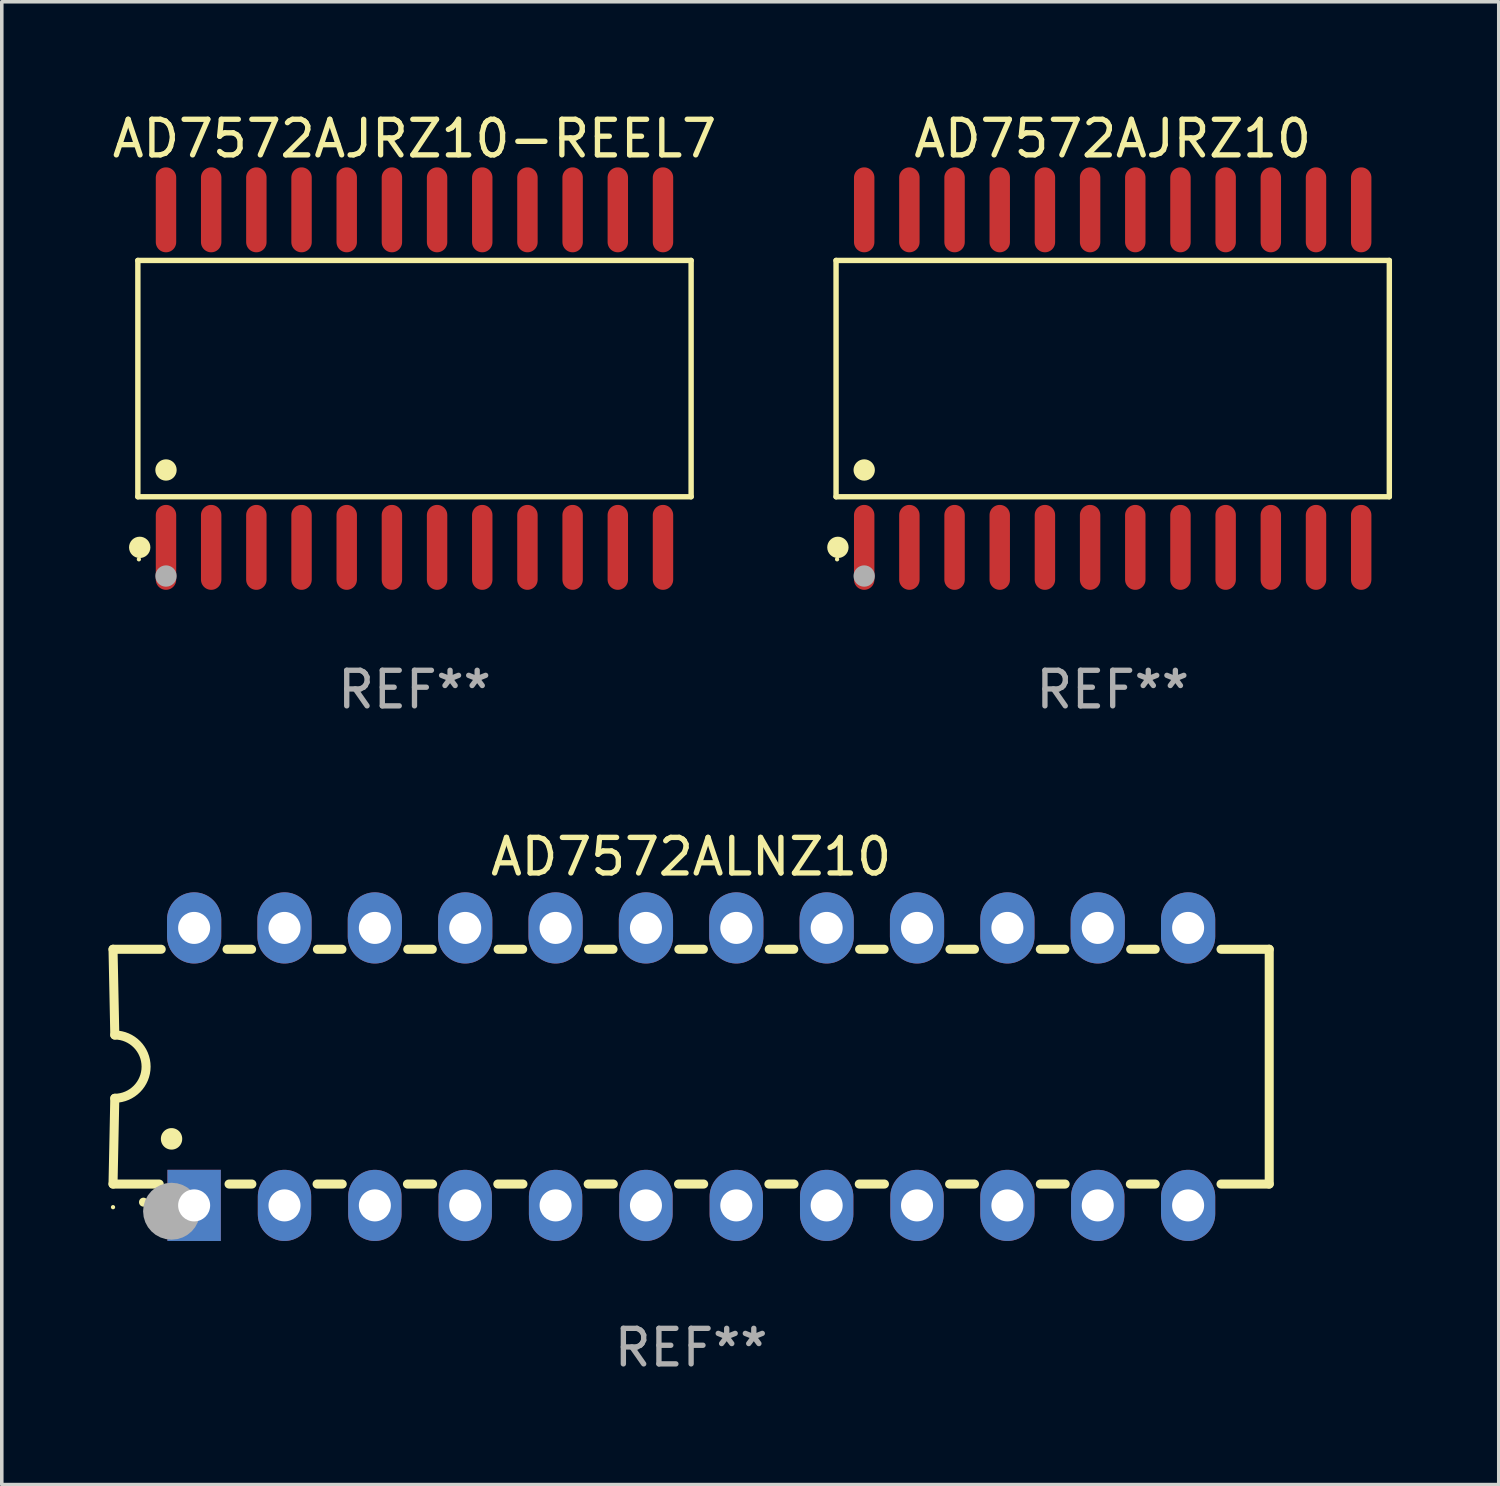
<source format=kicad_pcb>
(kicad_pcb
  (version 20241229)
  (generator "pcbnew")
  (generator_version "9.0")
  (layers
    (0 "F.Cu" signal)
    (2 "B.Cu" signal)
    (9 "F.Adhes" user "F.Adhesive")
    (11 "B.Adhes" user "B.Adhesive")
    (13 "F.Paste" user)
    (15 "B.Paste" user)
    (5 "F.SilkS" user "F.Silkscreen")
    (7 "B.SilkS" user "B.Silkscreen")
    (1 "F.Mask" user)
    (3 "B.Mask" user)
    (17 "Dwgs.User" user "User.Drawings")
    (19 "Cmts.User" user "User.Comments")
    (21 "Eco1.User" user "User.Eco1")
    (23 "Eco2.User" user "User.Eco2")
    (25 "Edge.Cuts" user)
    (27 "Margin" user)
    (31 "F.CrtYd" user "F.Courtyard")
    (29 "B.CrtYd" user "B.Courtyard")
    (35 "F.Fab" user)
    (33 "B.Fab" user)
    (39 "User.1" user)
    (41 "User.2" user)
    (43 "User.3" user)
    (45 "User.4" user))
  (footprint "AD7572AJRZ10-REEL7"
    (layer "F.Cu")
    (at 8.601 7.592)
    (property "Reference" "AD7572AJRZ10-REEL7" (at 0 -6.744 0) (layer "F.SilkS") (effects (font (size 1 1) (thickness 0.15))))
    (attr through_hole)
    (fp_line (start -7.776 -3.321) (end 7.776 -3.321) (stroke (width 0.152) (type solid)) (layer "F.SilkS"))
    (fp_line (start -7.776 3.321) (end -7.776 -3.321) (stroke (width 0.152) (type solid)) (layer "F.SilkS"))
    (fp_line (start 7.776 -3.321) (end 7.776 3.321) (stroke (width 0.152) (type solid)) (layer "F.SilkS"))
    (fp_line (start 7.776 3.321) (end -7.776 3.321) (stroke (width 0.152) (type solid)) (layer "F.SilkS"))
    (fp_circle (center -7.747 5.08) (end -7.717 5.08) (stroke (width 0.06) (type solid)) (fill no) (layer "F.SilkS"))
    (fp_circle (center -7.724 4.744) (end -7.574 4.744) (stroke (width 0.3) (type solid)) (fill no) (layer "F.SilkS"))
    (fp_circle (center -6.985 2.569) (end -6.835 2.569) (stroke (width 0.3) (type solid)) (fill no) (layer "F.SilkS"))
    (fp_circle (center -6.985 5.55) (end -6.835 5.55) (stroke (width 0.3) (type solid)) (fill no) (layer "F.Fab"))
    (fp_text user "REF**" (at 0 8.744 0) (layer "F.Fab") (effects (font (size 1 1) (thickness 0.15))))
    (pad "1" smd oval (at -6.985 4.744) (size 0.574 2.388) (layers "F.Cu" "F.Mask" "F.Paste"))
    (pad "2" smd oval (at -5.715 4.744) (size 0.574 2.388) (layers "F.Cu" "F.Mask" "F.Paste"))
    (pad "3" smd oval (at -4.445 4.744) (size 0.574 2.388) (layers "F.Cu" "F.Mask" "F.Paste"))
    (pad "4" smd oval (at -3.175 4.744) (size 0.574 2.388) (layers "F.Cu" "F.Mask" "F.Paste"))
    (pad "5" smd oval (at -1.905 4.744) (size 0.574 2.388) (layers "F.Cu" "F.Mask" "F.Paste"))
    (pad "6" smd oval (at -0.635 4.744) (size 0.574 2.388) (layers "F.Cu" "F.Mask" "F.Paste"))
    (pad "7" smd oval (at 0.635 4.744) (size 0.574 2.388) (layers "F.Cu" "F.Mask" "F.Paste"))
    (pad "8" smd oval (at 1.905 4.744) (size 0.574 2.388) (layers "F.Cu" "F.Mask" "F.Paste"))
    (pad "9" smd oval (at 3.175 4.744) (size 0.574 2.388) (layers "F.Cu" "F.Mask" "F.Paste"))
    (pad "10" smd oval (at 4.445 4.744) (size 0.574 2.388) (layers "F.Cu" "F.Mask" "F.Paste"))
    (pad "11" smd oval (at 5.715 4.744) (size 0.574 2.388) (layers "F.Cu" "F.Mask" "F.Paste"))
    (pad "12" smd oval (at 6.985 4.744) (size 0.574 2.388) (layers "F.Cu" "F.Mask" "F.Paste"))
    (pad "13" smd oval (at 6.985 -4.744) (size 0.574 2.388) (layers "F.Cu" "F.Mask" "F.Paste"))
    (pad "14" smd oval (at 5.715 -4.744) (size 0.574 2.388) (layers "F.Cu" "F.Mask" "F.Paste"))
    (pad "15" smd oval (at 4.445 -4.744) (size 0.574 2.388) (layers "F.Cu" "F.Mask" "F.Paste"))
    (pad "16" smd oval (at 3.175 -4.744) (size 0.574 2.388) (layers "F.Cu" "F.Mask" "F.Paste"))
    (pad "17" smd oval (at 1.905 -4.744) (size 0.574 2.388) (layers "F.Cu" "F.Mask" "F.Paste"))
    (pad "18" smd oval (at 0.635 -4.744) (size 0.574 2.388) (layers "F.Cu" "F.Mask" "F.Paste"))
    (pad "19" smd oval (at -0.635 -4.744) (size 0.574 2.388) (layers "F.Cu" "F.Mask" "F.Paste"))
    (pad "20" smd oval (at -1.905 -4.744) (size 0.574 2.388) (layers "F.Cu" "F.Mask" "F.Paste"))
    (pad "21" smd oval (at -3.175 -4.744) (size 0.574 2.388) (layers "F.Cu" "F.Mask" "F.Paste"))
    (pad "22" smd oval (at -4.445 -4.744) (size 0.574 2.388) (layers "F.Cu" "F.Mask" "F.Paste"))
    (pad "23" smd oval (at -5.715 -4.744) (size 0.574 2.388) (layers "F.Cu" "F.Mask" "F.Paste"))
    (pad "24" smd oval (at -6.985 -4.744) (size 0.574 2.388) (layers "F.Cu" "F.Mask" "F.Paste")))
  (footprint "AD7572AJRZ10"
    (layer "F.Cu")
    (at 28.227 7.592)
    (property "Reference" "AD7572AJRZ10" (at 0 -6.744 0) (layer "F.SilkS") (effects (font (size 1 1) (thickness 0.15))))
    (attr through_hole)
    (fp_line (start -7.776 -3.321) (end 7.776 -3.321) (stroke (width 0.152) (type solid)) (layer "F.SilkS"))
    (fp_line (start -7.776 3.321) (end -7.776 -3.321) (stroke (width 0.152) (type solid)) (layer "F.SilkS"))
    (fp_line (start 7.776 -3.321) (end 7.776 3.321) (stroke (width 0.152) (type solid)) (layer "F.SilkS"))
    (fp_line (start 7.776 3.321) (end -7.776 3.321) (stroke (width 0.152) (type solid)) (layer "F.SilkS"))
    (fp_circle (center -7.747 5.08) (end -7.717 5.08) (stroke (width 0.06) (type solid)) (fill no) (layer "F.SilkS"))
    (fp_circle (center -7.724 4.744) (end -7.574 4.744) (stroke (width 0.3) (type solid)) (fill no) (layer "F.SilkS"))
    (fp_circle (center -6.985 2.569) (end -6.835 2.569) (stroke (width 0.3) (type solid)) (fill no) (layer "F.SilkS"))
    (fp_circle (center -6.985 5.55) (end -6.835 5.55) (stroke (width 0.3) (type solid)) (fill no) (layer "F.Fab"))
    (fp_text user "REF**" (at 0 8.744 0) (layer "F.Fab") (effects (font (size 1 1) (thickness 0.15))))
    (pad "1" smd oval (at -6.985 4.744) (size 0.574 2.388) (layers "F.Cu" "F.Mask" "F.Paste"))
    (pad "2" smd oval (at -5.715 4.744) (size 0.574 2.388) (layers "F.Cu" "F.Mask" "F.Paste"))
    (pad "3" smd oval (at -4.445 4.744) (size 0.574 2.388) (layers "F.Cu" "F.Mask" "F.Paste"))
    (pad "4" smd oval (at -3.175 4.744) (size 0.574 2.388) (layers "F.Cu" "F.Mask" "F.Paste"))
    (pad "5" smd oval (at -1.905 4.744) (size 0.574 2.388) (layers "F.Cu" "F.Mask" "F.Paste"))
    (pad "6" smd oval (at -0.635 4.744) (size 0.574 2.388) (layers "F.Cu" "F.Mask" "F.Paste"))
    (pad "7" smd oval (at 0.635 4.744) (size 0.574 2.388) (layers "F.Cu" "F.Mask" "F.Paste"))
    (pad "8" smd oval (at 1.905 4.744) (size 0.574 2.388) (layers "F.Cu" "F.Mask" "F.Paste"))
    (pad "9" smd oval (at 3.175 4.744) (size 0.574 2.388) (layers "F.Cu" "F.Mask" "F.Paste"))
    (pad "10" smd oval (at 4.445 4.744) (size 0.574 2.388) (layers "F.Cu" "F.Mask" "F.Paste"))
    (pad "11" smd oval (at 5.715 4.744) (size 0.574 2.388) (layers "F.Cu" "F.Mask" "F.Paste"))
    (pad "12" smd oval (at 6.985 4.744) (size 0.574 2.388) (layers "F.Cu" "F.Mask" "F.Paste"))
    (pad "13" smd oval (at 6.985 -4.744) (size 0.574 2.388) (layers "F.Cu" "F.Mask" "F.Paste"))
    (pad "14" smd oval (at 5.715 -4.744) (size 0.574 2.388) (layers "F.Cu" "F.Mask" "F.Paste"))
    (pad "15" smd oval (at 4.445 -4.744) (size 0.574 2.388) (layers "F.Cu" "F.Mask" "F.Paste"))
    (pad "16" smd oval (at 3.175 -4.744) (size 0.574 2.388) (layers "F.Cu" "F.Mask" "F.Paste"))
    (pad "17" smd oval (at 1.905 -4.744) (size 0.574 2.388) (layers "F.Cu" "F.Mask" "F.Paste"))
    (pad "18" smd oval (at 0.635 -4.744) (size 0.574 2.388) (layers "F.Cu" "F.Mask" "F.Paste"))
    (pad "19" smd oval (at -0.635 -4.744) (size 0.574 2.388) (layers "F.Cu" "F.Mask" "F.Paste"))
    (pad "20" smd oval (at -1.905 -4.744) (size 0.574 2.388) (layers "F.Cu" "F.Mask" "F.Paste"))
    (pad "21" smd oval (at -3.175 -4.744) (size 0.574 2.388) (layers "F.Cu" "F.Mask" "F.Paste"))
    (pad "22" smd oval (at -4.445 -4.744) (size 0.574 2.388) (layers "F.Cu" "F.Mask" "F.Paste"))
    (pad "23" smd oval (at -5.715 -4.744) (size 0.574 2.388) (layers "F.Cu" "F.Mask" "F.Paste"))
    (pad "24" smd oval (at -6.985 -4.744) (size 0.574 2.388) (layers "F.Cu" "F.Mask" "F.Paste")))
  (footprint "AD7572ALNZ10"
    (layer "F.Cu")
    (at 16.377 26.933)
    (property "Reference" "AD7572ALNZ10" (at 0 -5.9 0) (layer "F.SilkS") (effects (font (size 1 1) (thickness 0.15))))
    (attr through_hole)
    (fp_line (start -16.25 -3.3) (end -16.2 -0.889) (stroke (width 0.254) (type solid)) (layer "F.SilkS"))
    (fp_line (start -16.25 -3.3) (end -14.895 -3.3) (stroke (width 0.254) (type solid)) (layer "F.SilkS"))
    (fp_line (start -16.25 3.3) (end -16.2 0.889) (stroke (width 0.254) (type solid)) (layer "F.SilkS"))
    (fp_line (start -16.25 3.3) (end -14.951 3.3) (stroke (width 0.254) (type solid)) (layer "F.SilkS"))
    (fp_line (start -13.045 -3.3) (end -12.355 -3.3) (stroke (width 0.254) (type solid)) (layer "F.SilkS"))
    (fp_line (start -12.989 3.3) (end -12.347 3.3) (stroke (width 0.254) (type solid)) (layer "F.SilkS"))
    (fp_line (start -10.514 3.3) (end -9.807 3.3) (stroke (width 0.254) (type solid)) (layer "F.SilkS"))
    (fp_line (start -10.505 -3.3) (end -9.815 -3.3) (stroke (width 0.254) (type solid)) (layer "F.SilkS"))
    (fp_line (start -7.974 3.3) (end -7.267 3.3) (stroke (width 0.254) (type solid)) (layer "F.SilkS"))
    (fp_line (start -7.965 -3.3) (end -7.275 -3.3) (stroke (width 0.254) (type solid)) (layer "F.SilkS"))
    (fp_line (start -5.434 3.3) (end -4.727 3.3) (stroke (width 0.254) (type solid)) (layer "F.SilkS"))
    (fp_line (start -5.425 -3.3) (end -4.735 -3.3) (stroke (width 0.254) (type solid)) (layer "F.SilkS"))
    (fp_line (start -2.894 3.3) (end -2.187 3.3) (stroke (width 0.254) (type solid)) (layer "F.SilkS"))
    (fp_line (start -2.885 -3.3) (end -2.195 -3.3) (stroke (width 0.254) (type solid)) (layer "F.SilkS"))
    (fp_line (start -0.354 3.3) (end 0.353 3.3) (stroke (width 0.254) (type solid)) (layer "F.SilkS"))
    (fp_line (start -0.345 -3.3) (end 0.345 -3.3) (stroke (width 0.254) (type solid)) (layer "F.SilkS"))
    (fp_line (start 2.186 3.3) (end 2.893 3.3) (stroke (width 0.254) (type solid)) (layer "F.SilkS"))
    (fp_line (start 2.195 -3.3) (end 2.885 -3.3) (stroke (width 0.254) (type solid)) (layer "F.SilkS"))
    (fp_line (start 4.726 3.3) (end 5.434 3.3) (stroke (width 0.254) (type solid)) (layer "F.SilkS"))
    (fp_line (start 4.735 -3.3) (end 5.425 -3.3) (stroke (width 0.254) (type solid)) (layer "F.SilkS"))
    (fp_line (start 7.266 3.3) (end 7.965 3.3) (stroke (width 0.254) (type solid)) (layer "F.SilkS"))
    (fp_line (start 7.275 -3.3) (end 7.965 -3.3) (stroke (width 0.254) (type solid)) (layer "F.SilkS"))
    (fp_line (start 9.815 -3.3) (end 10.505 -3.3) (stroke (width 0.254) (type solid)) (layer "F.SilkS"))
    (fp_line (start 9.815 3.3) (end 10.514 3.3) (stroke (width 0.254) (type solid)) (layer "F.SilkS"))
    (fp_line (start 12.346 3.3) (end 13.045 3.3) (stroke (width 0.254) (type solid)) (layer "F.SilkS"))
    (fp_line (start 12.355 -3.3) (end 13.045 -3.3) (stroke (width 0.254) (type solid)) (layer "F.SilkS"))
    (fp_line (start 16.25 -3.3) (end 14.895 -3.3) (stroke (width 0.254) (type solid)) (layer "F.SilkS"))
    (fp_line (start 16.25 -3.3) (end 16.25 3.3) (stroke (width 0.254) (type solid)) (layer "F.SilkS"))
    (fp_line (start 16.25 3.3) (end 14.895 3.3) (stroke (width 0.254) (type solid)) (layer "F.SilkS"))
    (fp_arc (start -16.201016 -0.890146) (mid -15.311429 -0.001055) (end -16.200025 0.889027) (stroke (width 0.254001) (type solid)) (layer "F.SilkS"))
    (fp_arc (start -15.394971 3.810033) (mid -15.394978 3.808763) (end -15.394971 3.807493) (stroke (width 0.25) (type solid)) (layer "F.SilkS"))
    (fp_arc (start -14.605029 2.032029) (mid -14.60504 2.029489) (end -14.605029 2.026949) (stroke (width 0.6) (type solid)) (layer "F.SilkS"))
    (fp_circle (center -16.25 3.95) (end -16.22 3.95) (stroke (width 0.06) (type solid)) (fill no) (layer "F.SilkS"))
    (fp_circle (center -14.605 4.064) (end -14.205 4.064) (stroke (width 0.8) (type solid)) (fill no) (layer "F.Fab"))
    (fp_text user "REF**" (at 0 7.9 0) (layer "F.Fab") (effects (font (size 1 1) (thickness 0.15))))
    (pad "1" thru_hole rect (at -13.97 3.9 90) (size 2 1.5) (drill 0.9) (layers "*.Cu" "*.Mask"))
    (pad "2" thru_hole oval (at -11.43 3.9 90) (size 2 1.5) (drill 0.9) (layers "*.Cu" "*.Mask"))
    (pad "3" thru_hole oval (at -8.89 3.9 90) (size 2 1.5) (drill 0.9) (layers "*.Cu" "*.Mask"))
    (pad "4" thru_hole oval (at -6.35 3.9 90) (size 2 1.5) (drill 0.9) (layers "*.Cu" "*.Mask"))
    (pad "5" thru_hole oval (at -3.81 3.9 90) (size 2 1.5) (drill 0.9) (layers "*.Cu" "*.Mask"))
    (pad "6" thru_hole oval (at -1.27 3.9 90) (size 2 1.5) (drill 0.9) (layers "*.Cu" "*.Mask"))
    (pad "7" thru_hole oval (at 1.27 3.9 90) (size 2 1.5) (drill 0.9) (layers "*.Cu" "*.Mask"))
    (pad "8" thru_hole oval (at 3.81 3.9 90) (size 2 1.5) (drill 0.9) (layers "*.Cu" "*.Mask"))
    (pad "9" thru_hole oval (at 6.35 3.9 90) (size 2 1.5) (drill 0.9) (layers "*.Cu" "*.Mask"))
    (pad "10" thru_hole oval (at 8.89 3.9 90) (size 2 1.524) (drill 0.9) (layers "*.Cu" "*.Mask"))
    (pad "11" thru_hole oval (at 11.43 3.9 90) (size 2 1.5) (drill 0.9) (layers "*.Cu" "*.Mask"))
    (pad "12" thru_hole oval (at 13.97 3.9 90) (size 2 1.524) (drill 0.9) (layers "*.Cu" "*.Mask"))
    (pad "13" thru_hole oval (at 13.97 -3.9 90) (size 2 1.524) (drill 0.9) (layers "*.Cu" "*.Mask"))
    (pad "14" thru_hole oval (at 11.43 -3.9 90) (size 2 1.524) (drill 0.9) (layers "*.Cu" "*.Mask"))
    (pad "15" thru_hole oval (at 8.89 -3.9 90) (size 2 1.524) (drill 0.9) (layers "*.Cu" "*.Mask"))
    (pad "16" thru_hole oval (at 6.35 -3.9 90) (size 2 1.524) (drill 0.9) (layers "*.Cu" "*.Mask"))
    (pad "17" thru_hole oval (at 3.81 -3.9 90) (size 2 1.524) (drill 0.9) (layers "*.Cu" "*.Mask"))
    (pad "18" thru_hole oval (at 1.27 -3.9 90) (size 2 1.524) (drill 0.9) (layers "*.Cu" "*.Mask"))
    (pad "19" thru_hole oval (at -1.27 -3.9 90) (size 2 1.524) (drill 0.9) (layers "*.Cu" "*.Mask"))
    (pad "20" thru_hole oval (at -3.81 -3.9 90) (size 2 1.524) (drill 0.9) (layers "*.Cu" "*.Mask"))
    (pad "21" thru_hole oval (at -6.35 -3.9 90) (size 2 1.524) (drill 0.9) (layers "*.Cu" "*.Mask"))
    (pad "22" thru_hole oval (at -8.89 -3.9 90) (size 2 1.524) (drill 0.9) (layers "*.Cu" "*.Mask"))
    (pad "23" thru_hole oval (at -11.43 -3.9 90) (size 2 1.524) (drill 0.9) (layers "*.Cu" "*.Mask"))
    (pad "24" thru_hole oval (at -13.97 -3.9 90) (size 2 1.524) (drill 0.9) (layers "*.Cu" "*.Mask")))
  (gr_rect
    (start -3 -3)
    (end 39.079 38.681)
    (stroke (width 0.1) (type default))
    (fill no)
    (layer "Edge.Cuts")))
</source>
